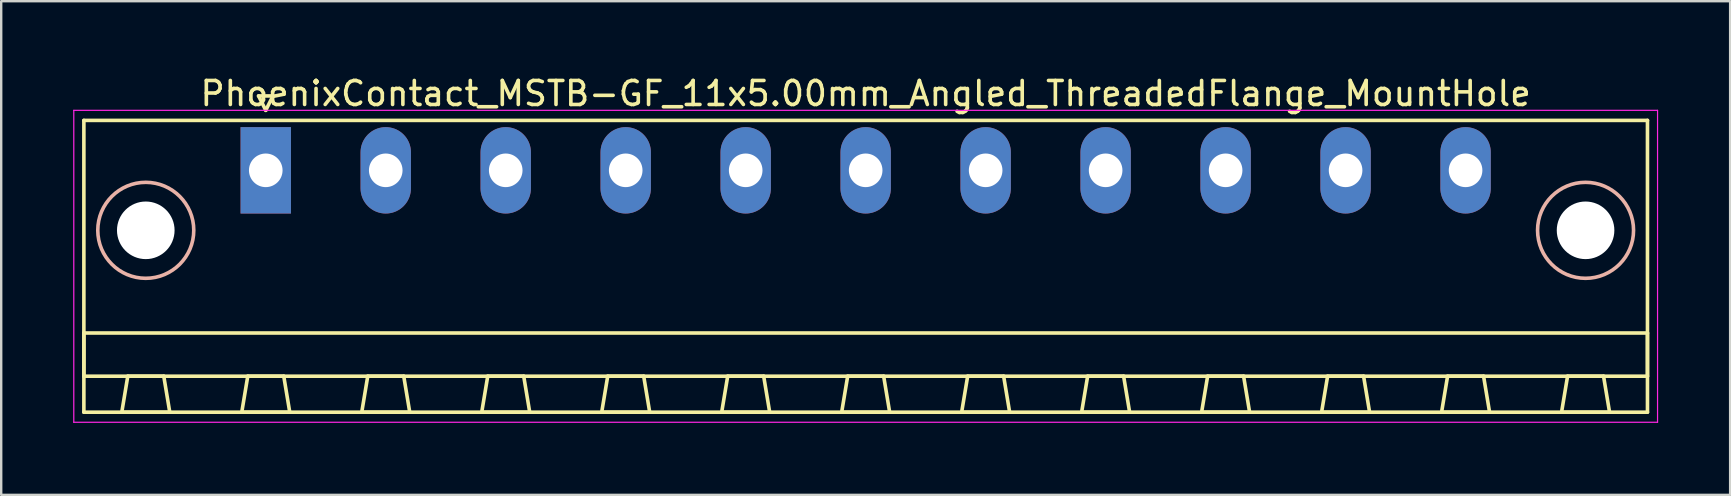
<source format=kicad_pcb>
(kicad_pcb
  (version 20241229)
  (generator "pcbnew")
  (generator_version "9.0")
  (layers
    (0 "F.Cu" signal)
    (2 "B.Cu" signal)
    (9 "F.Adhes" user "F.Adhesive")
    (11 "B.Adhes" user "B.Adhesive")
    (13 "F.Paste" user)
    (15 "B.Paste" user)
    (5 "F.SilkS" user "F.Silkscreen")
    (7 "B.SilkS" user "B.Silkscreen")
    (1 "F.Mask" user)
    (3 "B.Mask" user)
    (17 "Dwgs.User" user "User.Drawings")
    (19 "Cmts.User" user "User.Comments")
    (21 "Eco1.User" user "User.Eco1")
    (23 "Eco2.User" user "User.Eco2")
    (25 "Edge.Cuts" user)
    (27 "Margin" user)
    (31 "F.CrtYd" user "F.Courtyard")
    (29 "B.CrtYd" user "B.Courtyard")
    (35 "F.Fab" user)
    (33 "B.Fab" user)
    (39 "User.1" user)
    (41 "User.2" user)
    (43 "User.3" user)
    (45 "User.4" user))
  (footprint "PhoenixContact_MSTB-GF_11x5.00mm_Angled_ThreadedFlange_MountHole"
    (layer "F.Cu")
    (at 8.025 4.048)
    (property "Reference" "PhoenixContact_MSTB-GF_11x5.00mm_Angled_ThreadedFlange_MountHole" (at 25 -3.2 0) (layer "F.SilkS") (effects (font (size 1 1) (thickness 0.15))))
    (attr through_hole)
    (fp_line (start -7.58 -2.08) (end -7.58 10.08) (stroke (width 0.15) (type solid)) (layer "F.SilkS"))
    (fp_line (start -7.58 6.78) (end 57.58 6.78) (stroke (width 0.15) (type solid)) (layer "F.SilkS"))
    (fp_line (start -7.58 8.58) (end -7.58 6.78) (stroke (width 0.15) (type solid)) (layer "F.SilkS"))
    (fp_line (start -7.58 10.08) (end 57.58 10.08) (stroke (width 0.15) (type solid)) (layer "F.SilkS"))
    (fp_line (start -6 10.08) (end -4 10.08) (stroke (width 0.15) (type solid)) (layer "F.SilkS"))
    (fp_line (start -5.75 8.58) (end -6 10.08) (stroke (width 0.15) (type solid)) (layer "F.SilkS"))
    (fp_line (start -4.25 8.58) (end -5.75 8.58) (stroke (width 0.15) (type solid)) (layer "F.SilkS"))
    (fp_line (start -4 10.08) (end -4.25 8.58) (stroke (width 0.15) (type solid)) (layer "F.SilkS"))
    (fp_line (start -1 10.08) (end 1 10.08) (stroke (width 0.15) (type solid)) (layer "F.SilkS"))
    (fp_line (start -0.75 8.58) (end -1 10.08) (stroke (width 0.15) (type solid)) (layer "F.SilkS"))
    (fp_line (start -0.3 -3.1) (end 0 -2.5) (stroke (width 0.15) (type solid)) (layer "F.SilkS"))
    (fp_line (start 0 -2.5) (end 0.3 -3.1) (stroke (width 0.15) (type solid)) (layer "F.SilkS"))
    (fp_line (start 0.3 -3.1) (end -0.3 -3.1) (stroke (width 0.15) (type solid)) (layer "F.SilkS"))
    (fp_line (start 0.75 8.58) (end -0.75 8.58) (stroke (width 0.15) (type solid)) (layer "F.SilkS"))
    (fp_line (start 1 10.08) (end 0.75 8.58) (stroke (width 0.15) (type solid)) (layer "F.SilkS"))
    (fp_line (start 4 10.08) (end 6 10.08) (stroke (width 0.15) (type solid)) (layer "F.SilkS"))
    (fp_line (start 4.25 8.58) (end 4 10.08) (stroke (width 0.15) (type solid)) (layer "F.SilkS"))
    (fp_line (start 5.75 8.58) (end 4.25 8.58) (stroke (width 0.15) (type solid)) (layer "F.SilkS"))
    (fp_line (start 6 10.08) (end 5.75 8.58) (stroke (width 0.15) (type solid)) (layer "F.SilkS"))
    (fp_line (start 9 10.08) (end 11 10.08) (stroke (width 0.15) (type solid)) (layer "F.SilkS"))
    (fp_line (start 9.25 8.58) (end 9 10.08) (stroke (width 0.15) (type solid)) (layer "F.SilkS"))
    (fp_line (start 10.75 8.58) (end 9.25 8.58) (stroke (width 0.15) (type solid)) (layer "F.SilkS"))
    (fp_line (start 11 10.08) (end 10.75 8.58) (stroke (width 0.15) (type solid)) (layer "F.SilkS"))
    (fp_line (start 14 10.08) (end 16 10.08) (stroke (width 0.15) (type solid)) (layer "F.SilkS"))
    (fp_line (start 14.25 8.58) (end 14 10.08) (stroke (width 0.15) (type solid)) (layer "F.SilkS"))
    (fp_line (start 15.75 8.58) (end 14.25 8.58) (stroke (width 0.15) (type solid)) (layer "F.SilkS"))
    (fp_line (start 16 10.08) (end 15.75 8.58) (stroke (width 0.15) (type solid)) (layer "F.SilkS"))
    (fp_line (start 19 10.08) (end 21 10.08) (stroke (width 0.15) (type solid)) (layer "F.SilkS"))
    (fp_line (start 19.25 8.58) (end 19 10.08) (stroke (width 0.15) (type solid)) (layer "F.SilkS"))
    (fp_line (start 20.75 8.58) (end 19.25 8.58) (stroke (width 0.15) (type solid)) (layer "F.SilkS"))
    (fp_line (start 21 10.08) (end 20.75 8.58) (stroke (width 0.15) (type solid)) (layer "F.SilkS"))
    (fp_line (start 24 10.08) (end 26 10.08) (stroke (width 0.15) (type solid)) (layer "F.SilkS"))
    (fp_line (start 24.25 8.58) (end 24 10.08) (stroke (width 0.15) (type solid)) (layer "F.SilkS"))
    (fp_line (start 25.75 8.58) (end 24.25 8.58) (stroke (width 0.15) (type solid)) (layer "F.SilkS"))
    (fp_line (start 26 10.08) (end 25.75 8.58) (stroke (width 0.15) (type solid)) (layer "F.SilkS"))
    (fp_line (start 29 10.08) (end 31 10.08) (stroke (width 0.15) (type solid)) (layer "F.SilkS"))
    (fp_line (start 29.25 8.58) (end 29 10.08) (stroke (width 0.15) (type solid)) (layer "F.SilkS"))
    (fp_line (start 30.75 8.58) (end 29.25 8.58) (stroke (width 0.15) (type solid)) (layer "F.SilkS"))
    (fp_line (start 31 10.08) (end 30.75 8.58) (stroke (width 0.15) (type solid)) (layer "F.SilkS"))
    (fp_line (start 34 10.08) (end 36 10.08) (stroke (width 0.15) (type solid)) (layer "F.SilkS"))
    (fp_line (start 34.25 8.58) (end 34 10.08) (stroke (width 0.15) (type solid)) (layer "F.SilkS"))
    (fp_line (start 35.75 8.58) (end 34.25 8.58) (stroke (width 0.15) (type solid)) (layer "F.SilkS"))
    (fp_line (start 36 10.08) (end 35.75 8.58) (stroke (width 0.15) (type solid)) (layer "F.SilkS"))
    (fp_line (start 39 10.08) (end 41 10.08) (stroke (width 0.15) (type solid)) (layer "F.SilkS"))
    (fp_line (start 39.25 8.58) (end 39 10.08) (stroke (width 0.15) (type solid)) (layer "F.SilkS"))
    (fp_line (start 40.75 8.58) (end 39.25 8.58) (stroke (width 0.15) (type solid)) (layer "F.SilkS"))
    (fp_line (start 41 10.08) (end 40.75 8.58) (stroke (width 0.15) (type solid)) (layer "F.SilkS"))
    (fp_line (start 44 10.08) (end 46 10.08) (stroke (width 0.15) (type solid)) (layer "F.SilkS"))
    (fp_line (start 44.25 8.58) (end 44 10.08) (stroke (width 0.15) (type solid)) (layer "F.SilkS"))
    (fp_line (start 45.75 8.58) (end 44.25 8.58) (stroke (width 0.15) (type solid)) (layer "F.SilkS"))
    (fp_line (start 46 10.08) (end 45.75 8.58) (stroke (width 0.15) (type solid)) (layer "F.SilkS"))
    (fp_line (start 49 10.08) (end 51 10.08) (stroke (width 0.15) (type solid)) (layer "F.SilkS"))
    (fp_line (start 49.25 8.58) (end 49 10.08) (stroke (width 0.15) (type solid)) (layer "F.SilkS"))
    (fp_line (start 50.75 8.58) (end 49.25 8.58) (stroke (width 0.15) (type solid)) (layer "F.SilkS"))
    (fp_line (start 51 10.08) (end 50.75 8.58) (stroke (width 0.15) (type solid)) (layer "F.SilkS"))
    (fp_line (start 54 10.08) (end 56 10.08) (stroke (width 0.15) (type solid)) (layer "F.SilkS"))
    (fp_line (start 54.25 8.58) (end 54 10.08) (stroke (width 0.15) (type solid)) (layer "F.SilkS"))
    (fp_line (start 55.75 8.58) (end 54.25 8.58) (stroke (width 0.15) (type solid)) (layer "F.SilkS"))
    (fp_line (start 56 10.08) (end 55.75 8.58) (stroke (width 0.15) (type solid)) (layer "F.SilkS"))
    (fp_line (start 57.58 -2.08) (end -7.58 -2.08) (stroke (width 0.15) (type solid)) (layer "F.SilkS"))
    (fp_line (start 57.58 6.78) (end 57.58 8.58) (stroke (width 0.15) (type solid)) (layer "F.SilkS"))
    (fp_line (start 57.58 8.58) (end -7.58 8.58) (stroke (width 0.15) (type solid)) (layer "F.SilkS"))
    (fp_line (start 57.58 10.08) (end 57.58 -2.08) (stroke (width 0.15) (type solid)) (layer "F.SilkS"))
    (fp_circle (center -5 2.5) (end -3 2.5) (stroke (width 0.15) (type solid)) (fill no) (layer "B.SilkS"))
    (fp_circle (center 55 2.5) (end 57 2.5) (stroke (width 0.15) (type solid)) (fill no) (layer "B.SilkS"))
    (fp_line (start -8 -2.5) (end -8 10.5) (stroke (width 0.05) (type solid)) (layer "F.CrtYd"))
    (fp_line (start -8 10.5) (end 58 10.5) (stroke (width 0.05) (type solid)) (layer "F.CrtYd"))
    (fp_line (start 58 -2.5) (end -8 -2.5) (stroke (width 0.05) (type solid)) (layer "F.CrtYd"))
    (fp_line (start 58 10.5) (end 58 -2.5) (stroke (width 0.05) (type solid)) (layer "F.CrtYd"))
    (pad "" np_thru_hole circle (at -5 2.5) (size 2.4 2.4) (drill 2.4) (layers "*.Cu" "*.Mask"))
    (pad "" np_thru_hole circle (at 55 2.5) (size 2.4 2.4) (drill 2.4) (layers "*.Cu" "*.Mask"))
    (pad "1" thru_hole rect (at 0 0) (size 2.1 3.6) (drill 1.4) (layers "*.Cu" "*.Mask"))
    (pad "2" thru_hole oval (at 5 0) (size 2.1 3.6) (drill 1.4) (layers "*.Cu" "*.Mask"))
    (pad "3" thru_hole oval (at 10 0) (size 2.1 3.6) (drill 1.4) (layers "*.Cu" "*.Mask"))
    (pad "4" thru_hole oval (at 15 0) (size 2.1 3.6) (drill 1.4) (layers "*.Cu" "*.Mask"))
    (pad "5" thru_hole oval (at 20 0) (size 2.1 3.6) (drill 1.4) (layers "*.Cu" "*.Mask"))
    (pad "6" thru_hole oval (at 25 0) (size 2.1 3.6) (drill 1.4) (layers "*.Cu" "*.Mask"))
    (pad "7" thru_hole oval (at 30 0) (size 2.1 3.6) (drill 1.4) (layers "*.Cu" "*.Mask"))
    (pad "8" thru_hole oval (at 35 0) (size 2.1 3.6) (drill 1.4) (layers "*.Cu" "*.Mask"))
    (pad "9" thru_hole oval (at 40 0) (size 2.1 3.6) (drill 1.4) (layers "*.Cu" "*.Mask"))
    (pad "10" thru_hole oval (at 45 0) (size 2.1 3.6) (drill 1.4) (layers "*.Cu" "*.Mask"))
    (pad "11" thru_hole oval (at 50 0) (size 2.1 3.6) (drill 1.4) (layers "*.Cu" "*.Mask")))
  (gr_rect
    (start -3 -3)
    (end 69.05 17.573)
    (stroke (width 0.1) (type default))
    (fill no)
    (layer "Edge.Cuts")))
</source>
